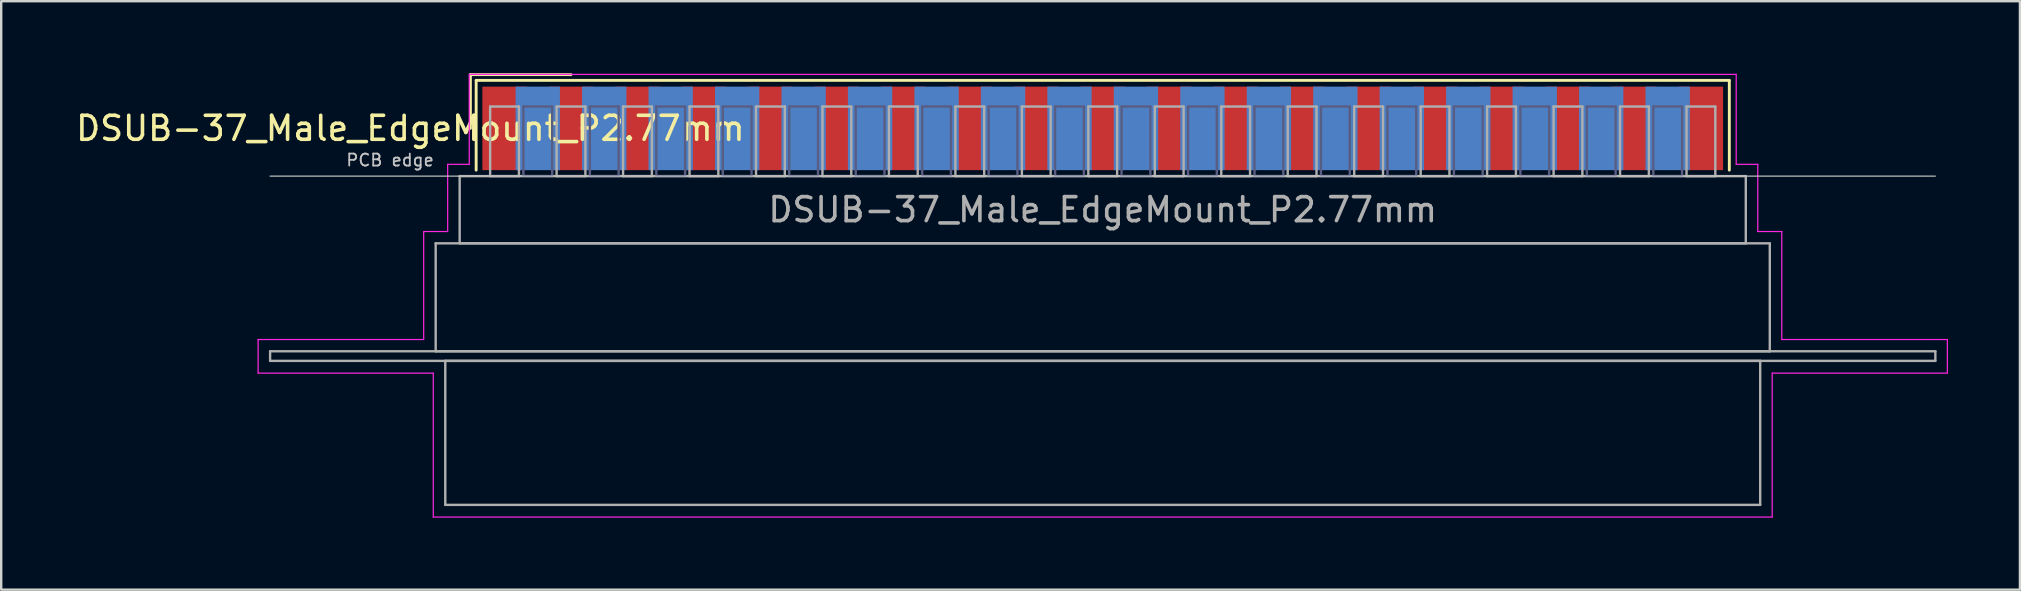
<source format=kicad_pcb>
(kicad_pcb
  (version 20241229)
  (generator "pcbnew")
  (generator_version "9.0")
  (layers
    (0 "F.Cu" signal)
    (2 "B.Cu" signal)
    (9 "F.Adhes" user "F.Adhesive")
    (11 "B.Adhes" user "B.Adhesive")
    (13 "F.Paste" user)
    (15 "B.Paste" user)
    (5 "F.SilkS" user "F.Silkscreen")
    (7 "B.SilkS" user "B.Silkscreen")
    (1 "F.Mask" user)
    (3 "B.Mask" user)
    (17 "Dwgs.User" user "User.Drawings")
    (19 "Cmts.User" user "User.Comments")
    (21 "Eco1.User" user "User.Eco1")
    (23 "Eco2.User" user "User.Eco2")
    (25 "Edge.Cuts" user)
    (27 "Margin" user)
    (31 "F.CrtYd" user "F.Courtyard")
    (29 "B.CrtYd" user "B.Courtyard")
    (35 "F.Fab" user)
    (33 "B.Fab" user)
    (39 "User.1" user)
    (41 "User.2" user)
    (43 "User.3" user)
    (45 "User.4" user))
  (footprint "DSUB-37_Male_EdgeMount_P2.77mm"
    (layer "F.Cu")
    (at 42.907 2.3)
    (property "Reference" "DSUB-37_Male_EdgeMount_P2.77mm" (at -28.853 0 0) (layer "F.SilkS") (effects (font (size 1 1) (thickness 0.15))))
    (attr smd)
    (fp_line (start -26.353 -2.24) (end -22.16 -2.24) (stroke (width 0.12) (type solid)) (layer "F.SilkS"))
    (fp_line (start -26.353 0) (end -26.353 -2.24) (stroke (width 0.12) (type solid)) (layer "F.SilkS"))
    (fp_line (start -26.113 -2) (end -26.113 1.74) (stroke (width 0.12) (type solid)) (layer "F.SilkS"))
    (fp_line (start 26.113 -2) (end -26.113 -2) (stroke (width 0.12) (type solid)) (layer "F.SilkS"))
    (fp_line (start 26.113 1.74) (end 26.113 -2) (stroke (width 0.12) (type solid)) (layer "F.SilkS"))
    (fp_line (start -34.7 1.99) (end 34.7 1.99) (stroke (width 0.05) (type solid)) (layer "Dwgs.User"))
    (fp_line (start -35.2 8.8) (end -28.3 8.8) (stroke (width 0.05) (type solid)) (layer "F.CrtYd"))
    (fp_line (start -35.2 10.2) (end -35.2 8.8) (stroke (width 0.05) (type solid)) (layer "F.CrtYd"))
    (fp_line (start -28.3 4.3) (end -27.3 4.3) (stroke (width 0.05) (type solid)) (layer "F.CrtYd"))
    (fp_line (start -28.3 8.8) (end -28.3 4.3) (stroke (width 0.05) (type solid)) (layer "F.CrtYd"))
    (fp_line (start -27.9 10.2) (end -35.2 10.2) (stroke (width 0.05) (type solid)) (layer "F.CrtYd"))
    (fp_line (start -27.9 16.2) (end -27.9 10.2) (stroke (width 0.05) (type solid)) (layer "F.CrtYd"))
    (fp_line (start -27.3 1.5) (end -26.4 1.5) (stroke (width 0.05) (type solid)) (layer "F.CrtYd"))
    (fp_line (start -27.3 4.3) (end -27.3 1.5) (stroke (width 0.05) (type solid)) (layer "F.CrtYd"))
    (fp_line (start -26.4 -2.25) (end 26.4 -2.25) (stroke (width 0.05) (type solid)) (layer "F.CrtYd"))
    (fp_line (start -26.4 1.5) (end -26.4 -2.25) (stroke (width 0.05) (type solid)) (layer "F.CrtYd"))
    (fp_line (start 26.4 -2.25) (end 26.4 1.5) (stroke (width 0.05) (type solid)) (layer "F.CrtYd"))
    (fp_line (start 26.4 1.5) (end 27.3 1.5) (stroke (width 0.05) (type solid)) (layer "F.CrtYd"))
    (fp_line (start 27.3 1.5) (end 27.3 4.3) (stroke (width 0.05) (type solid)) (layer "F.CrtYd"))
    (fp_line (start 27.3 4.3) (end 28.3 4.3) (stroke (width 0.05) (type solid)) (layer "F.CrtYd"))
    (fp_line (start 27.9 10.2) (end 27.9 16.2) (stroke (width 0.05) (type solid)) (layer "F.CrtYd"))
    (fp_line (start 27.9 16.2) (end -27.9 16.2) (stroke (width 0.05) (type solid)) (layer "F.CrtYd"))
    (fp_line (start 28.3 4.3) (end 28.3 8.8) (stroke (width 0.05) (type solid)) (layer "F.CrtYd"))
    (fp_line (start 28.3 8.8) (end 35.2 8.8) (stroke (width 0.05) (type solid)) (layer "F.CrtYd"))
    (fp_line (start 35.2 8.8) (end 35.2 10.2) (stroke (width 0.05) (type solid)) (layer "F.CrtYd"))
    (fp_line (start 35.2 10.2) (end 27.9 10.2) (stroke (width 0.05) (type solid)) (layer "F.CrtYd"))
    (fp_line (start -24.145 -0.91) (end -24.145 1.99) (stroke (width 0.1) (type solid)) (layer "B.Fab"))
    (fp_line (start -24.145 1.99) (end -22.945 1.99) (stroke (width 0.1) (type solid)) (layer "B.Fab"))
    (fp_line (start -22.945 -0.91) (end -24.145 -0.91) (stroke (width 0.1) (type solid)) (layer "B.Fab"))
    (fp_line (start -22.945 1.99) (end -22.945 -0.91) (stroke (width 0.1) (type solid)) (layer "B.Fab"))
    (fp_line (start -21.375 -0.91) (end -21.375 1.99) (stroke (width 0.1) (type solid)) (layer "B.Fab"))
    (fp_line (start -21.375 1.99) (end -20.175 1.99) (stroke (width 0.1) (type solid)) (layer "B.Fab"))
    (fp_line (start -20.175 -0.91) (end -21.375 -0.91) (stroke (width 0.1) (type solid)) (layer "B.Fab"))
    (fp_line (start -20.175 1.99) (end -20.175 -0.91) (stroke (width 0.1) (type solid)) (layer "B.Fab"))
    (fp_line (start -18.605 -0.91) (end -18.605 1.99) (stroke (width 0.1) (type solid)) (layer "B.Fab"))
    (fp_line (start -18.605 1.99) (end -17.405 1.99) (stroke (width 0.1) (type solid)) (layer "B.Fab"))
    (fp_line (start -17.405 -0.91) (end -18.605 -0.91) (stroke (width 0.1) (type solid)) (layer "B.Fab"))
    (fp_line (start -17.405 1.99) (end -17.405 -0.91) (stroke (width 0.1) (type solid)) (layer "B.Fab"))
    (fp_line (start -15.835 -0.91) (end -15.835 1.99) (stroke (width 0.1) (type solid)) (layer "B.Fab"))
    (fp_line (start -15.835 1.99) (end -14.635 1.99) (stroke (width 0.1) (type solid)) (layer "B.Fab"))
    (fp_line (start -14.635 -0.91) (end -15.835 -0.91) (stroke (width 0.1) (type solid)) (layer "B.Fab"))
    (fp_line (start -14.635 1.99) (end -14.635 -0.91) (stroke (width 0.1) (type solid)) (layer "B.Fab"))
    (fp_line (start -13.065 -0.91) (end -13.065 1.99) (stroke (width 0.1) (type solid)) (layer "B.Fab"))
    (fp_line (start -13.065 1.99) (end -11.865 1.99) (stroke (width 0.1) (type solid)) (layer "B.Fab"))
    (fp_line (start -11.865 -0.91) (end -13.065 -0.91) (stroke (width 0.1) (type solid)) (layer "B.Fab"))
    (fp_line (start -11.865 1.99) (end -11.865 -0.91) (stroke (width 0.1) (type solid)) (layer "B.Fab"))
    (fp_line (start -10.295 -0.91) (end -10.295 1.99) (stroke (width 0.1) (type solid)) (layer "B.Fab"))
    (fp_line (start -10.295 1.99) (end -9.095 1.99) (stroke (width 0.1) (type solid)) (layer "B.Fab"))
    (fp_line (start -9.095 -0.91) (end -10.295 -0.91) (stroke (width 0.1) (type solid)) (layer "B.Fab"))
    (fp_line (start -9.095 1.99) (end -9.095 -0.91) (stroke (width 0.1) (type solid)) (layer "B.Fab"))
    (fp_line (start -7.525 -0.91) (end -7.525 1.99) (stroke (width 0.1) (type solid)) (layer "B.Fab"))
    (fp_line (start -7.525 1.99) (end -6.325 1.99) (stroke (width 0.1) (type solid)) (layer "B.Fab"))
    (fp_line (start -6.325 -0.91) (end -7.525 -0.91) (stroke (width 0.1) (type solid)) (layer "B.Fab"))
    (fp_line (start -6.325 1.99) (end -6.325 -0.91) (stroke (width 0.1) (type solid)) (layer "B.Fab"))
    (fp_line (start -4.755 -0.91) (end -4.755 1.99) (stroke (width 0.1) (type solid)) (layer "B.Fab"))
    (fp_line (start -4.755 1.99) (end -3.555 1.99) (stroke (width 0.1) (type solid)) (layer "B.Fab"))
    (fp_line (start -3.555 -0.91) (end -4.755 -0.91) (stroke (width 0.1) (type solid)) (layer "B.Fab"))
    (fp_line (start -3.555 1.99) (end -3.555 -0.91) (stroke (width 0.1) (type solid)) (layer "B.Fab"))
    (fp_line (start -1.985 -0.91) (end -1.985 1.99) (stroke (width 0.1) (type solid)) (layer "B.Fab"))
    (fp_line (start -1.985 1.99) (end -0.785 1.99) (stroke (width 0.1) (type solid)) (layer "B.Fab"))
    (fp_line (start -0.785 -0.91) (end -1.985 -0.91) (stroke (width 0.1) (type solid)) (layer "B.Fab"))
    (fp_line (start -0.785 1.99) (end -0.785 -0.91) (stroke (width 0.1) (type solid)) (layer "B.Fab"))
    (fp_line (start 0.785 -0.91) (end 0.785 1.99) (stroke (width 0.1) (type solid)) (layer "B.Fab"))
    (fp_line (start 0.785 1.99) (end 1.985 1.99) (stroke (width 0.1) (type solid)) (layer "B.Fab"))
    (fp_line (start 1.985 -0.91) (end 0.785 -0.91) (stroke (width 0.1) (type solid)) (layer "B.Fab"))
    (fp_line (start 1.985 1.99) (end 1.985 -0.91) (stroke (width 0.1) (type solid)) (layer "B.Fab"))
    (fp_line (start 3.555 -0.91) (end 3.555 1.99) (stroke (width 0.1) (type solid)) (layer "B.Fab"))
    (fp_line (start 3.555 1.99) (end 4.755 1.99) (stroke (width 0.1) (type solid)) (layer "B.Fab"))
    (fp_line (start 4.755 -0.91) (end 3.555 -0.91) (stroke (width 0.1) (type solid)) (layer "B.Fab"))
    (fp_line (start 4.755 1.99) (end 4.755 -0.91) (stroke (width 0.1) (type solid)) (layer "B.Fab"))
    (fp_line (start 6.325 -0.91) (end 6.325 1.99) (stroke (width 0.1) (type solid)) (layer "B.Fab"))
    (fp_line (start 6.325 1.99) (end 7.525 1.99) (stroke (width 0.1) (type solid)) (layer "B.Fab"))
    (fp_line (start 7.525 -0.91) (end 6.325 -0.91) (stroke (width 0.1) (type solid)) (layer "B.Fab"))
    (fp_line (start 7.525 1.99) (end 7.525 -0.91) (stroke (width 0.1) (type solid)) (layer "B.Fab"))
    (fp_line (start 9.095 -0.91) (end 9.095 1.99) (stroke (width 0.1) (type solid)) (layer "B.Fab"))
    (fp_line (start 9.095 1.99) (end 10.295 1.99) (stroke (width 0.1) (type solid)) (layer "B.Fab"))
    (fp_line (start 10.295 -0.91) (end 9.095 -0.91) (stroke (width 0.1) (type solid)) (layer "B.Fab"))
    (fp_line (start 10.295 1.99) (end 10.295 -0.91) (stroke (width 0.1) (type solid)) (layer "B.Fab"))
    (fp_line (start 11.865 -0.91) (end 11.865 1.99) (stroke (width 0.1) (type solid)) (layer "B.Fab"))
    (fp_line (start 11.865 1.99) (end 13.065 1.99) (stroke (width 0.1) (type solid)) (layer "B.Fab"))
    (fp_line (start 13.065 -0.91) (end 11.865 -0.91) (stroke (width 0.1) (type solid)) (layer "B.Fab"))
    (fp_line (start 13.065 1.99) (end 13.065 -0.91) (stroke (width 0.1) (type solid)) (layer "B.Fab"))
    (fp_line (start 14.635 -0.91) (end 14.635 1.99) (stroke (width 0.1) (type solid)) (layer "B.Fab"))
    (fp_line (start 14.635 1.99) (end 15.835 1.99) (stroke (width 0.1) (type solid)) (layer "B.Fab"))
    (fp_line (start 15.835 -0.91) (end 14.635 -0.91) (stroke (width 0.1) (type solid)) (layer "B.Fab"))
    (fp_line (start 15.835 1.99) (end 15.835 -0.91) (stroke (width 0.1) (type solid)) (layer "B.Fab"))
    (fp_line (start 17.405 -0.91) (end 17.405 1.99) (stroke (width 0.1) (type solid)) (layer "B.Fab"))
    (fp_line (start 17.405 1.99) (end 18.605 1.99) (stroke (width 0.1) (type solid)) (layer "B.Fab"))
    (fp_line (start 18.605 -0.91) (end 17.405 -0.91) (stroke (width 0.1) (type solid)) (layer "B.Fab"))
    (fp_line (start 18.605 1.99) (end 18.605 -0.91) (stroke (width 0.1) (type solid)) (layer "B.Fab"))
    (fp_line (start 20.175 -0.91) (end 20.175 1.99) (stroke (width 0.1) (type solid)) (layer "B.Fab"))
    (fp_line (start 20.175 1.99) (end 21.375 1.99) (stroke (width 0.1) (type solid)) (layer "B.Fab"))
    (fp_line (start 21.375 -0.91) (end 20.175 -0.91) (stroke (width 0.1) (type solid)) (layer "B.Fab"))
    (fp_line (start 21.375 1.99) (end 21.375 -0.91) (stroke (width 0.1) (type solid)) (layer "B.Fab"))
    (fp_line (start 22.945 -0.91) (end 22.945 1.99) (stroke (width 0.1) (type solid)) (layer "B.Fab"))
    (fp_line (start 22.945 1.99) (end 24.145 1.99) (stroke (width 0.1) (type solid)) (layer "B.Fab"))
    (fp_line (start 24.145 -0.91) (end 22.945 -0.91) (stroke (width 0.1) (type solid)) (layer "B.Fab"))
    (fp_line (start 24.145 1.99) (end 24.145 -0.91) (stroke (width 0.1) (type solid)) (layer "B.Fab"))
    (fp_line (start -34.7 9.29) (end -34.7 9.69) (stroke (width 0.1) (type solid)) (layer "F.Fab"))
    (fp_line (start -34.7 9.69) (end 34.7 9.69) (stroke (width 0.1) (type solid)) (layer "F.Fab"))
    (fp_line (start -27.8 4.79) (end -27.8 9.29) (stroke (width 0.1) (type solid)) (layer "F.Fab"))
    (fp_line (start -27.8 9.29) (end 27.8 9.29) (stroke (width 0.1) (type solid)) (layer "F.Fab"))
    (fp_line (start -27.4 9.69) (end -27.4 15.69) (stroke (width 0.1) (type solid)) (layer "F.Fab"))
    (fp_line (start -27.4 15.69) (end 27.4 15.69) (stroke (width 0.1) (type solid)) (layer "F.Fab"))
    (fp_line (start -26.8 1.99) (end -26.8 4.79) (stroke (width 0.1) (type solid)) (layer "F.Fab"))
    (fp_line (start -26.8 4.79) (end 26.8 4.79) (stroke (width 0.1) (type solid)) (layer "F.Fab"))
    (fp_line (start -25.53 -0.91) (end -25.53 1.99) (stroke (width 0.1) (type solid)) (layer "F.Fab"))
    (fp_line (start -25.53 1.99) (end -24.33 1.99) (stroke (width 0.1) (type solid)) (layer "F.Fab"))
    (fp_line (start -24.33 -0.91) (end -25.53 -0.91) (stroke (width 0.1) (type solid)) (layer "F.Fab"))
    (fp_line (start -24.33 1.99) (end -24.33 -0.91) (stroke (width 0.1) (type solid)) (layer "F.Fab"))
    (fp_line (start -22.76 -0.91) (end -22.76 1.99) (stroke (width 0.1) (type solid)) (layer "F.Fab"))
    (fp_line (start -22.76 1.99) (end -21.56 1.99) (stroke (width 0.1) (type solid)) (layer "F.Fab"))
    (fp_line (start -21.56 -0.91) (end -22.76 -0.91) (stroke (width 0.1) (type solid)) (layer "F.Fab"))
    (fp_line (start -21.56 1.99) (end -21.56 -0.91) (stroke (width 0.1) (type solid)) (layer "F.Fab"))
    (fp_line (start -19.99 -0.91) (end -19.99 1.99) (stroke (width 0.1) (type solid)) (layer "F.Fab"))
    (fp_line (start -19.99 1.99) (end -18.79 1.99) (stroke (width 0.1) (type solid)) (layer "F.Fab"))
    (fp_line (start -18.79 -0.91) (end -19.99 -0.91) (stroke (width 0.1) (type solid)) (layer "F.Fab"))
    (fp_line (start -18.79 1.99) (end -18.79 -0.91) (stroke (width 0.1) (type solid)) (layer "F.Fab"))
    (fp_line (start -17.22 -0.91) (end -17.22 1.99) (stroke (width 0.1) (type solid)) (layer "F.Fab"))
    (fp_line (start -17.22 1.99) (end -16.02 1.99) (stroke (width 0.1) (type solid)) (layer "F.Fab"))
    (fp_line (start -16.02 -0.91) (end -17.22 -0.91) (stroke (width 0.1) (type solid)) (layer "F.Fab"))
    (fp_line (start -16.02 1.99) (end -16.02 -0.91) (stroke (width 0.1) (type solid)) (layer "F.Fab"))
    (fp_line (start -14.45 -0.91) (end -14.45 1.99) (stroke (width 0.1) (type solid)) (layer "F.Fab"))
    (fp_line (start -14.45 1.99) (end -13.25 1.99) (stroke (width 0.1) (type solid)) (layer "F.Fab"))
    (fp_line (start -13.25 -0.91) (end -14.45 -0.91) (stroke (width 0.1) (type solid)) (layer "F.Fab"))
    (fp_line (start -13.25 1.99) (end -13.25 -0.91) (stroke (width 0.1) (type solid)) (layer "F.Fab"))
    (fp_line (start -11.68 -0.91) (end -11.68 1.99) (stroke (width 0.1) (type solid)) (layer "F.Fab"))
    (fp_line (start -11.68 1.99) (end -10.48 1.99) (stroke (width 0.1) (type solid)) (layer "F.Fab"))
    (fp_line (start -10.48 -0.91) (end -11.68 -0.91) (stroke (width 0.1) (type solid)) (layer "F.Fab"))
    (fp_line (start -10.48 1.99) (end -10.48 -0.91) (stroke (width 0.1) (type solid)) (layer "F.Fab"))
    (fp_line (start -8.91 -0.91) (end -8.91 1.99) (stroke (width 0.1) (type solid)) (layer "F.Fab"))
    (fp_line (start -8.91 1.99) (end -7.71 1.99) (stroke (width 0.1) (type solid)) (layer "F.Fab"))
    (fp_line (start -7.71 -0.91) (end -8.91 -0.91) (stroke (width 0.1) (type solid)) (layer "F.Fab"))
    (fp_line (start -7.71 1.99) (end -7.71 -0.91) (stroke (width 0.1) (type solid)) (layer "F.Fab"))
    (fp_line (start -6.14 -0.91) (end -6.14 1.99) (stroke (width 0.1) (type solid)) (layer "F.Fab"))
    (fp_line (start -6.14 1.99) (end -4.94 1.99) (stroke (width 0.1) (type solid)) (layer "F.Fab"))
    (fp_line (start -4.94 -0.91) (end -6.14 -0.91) (stroke (width 0.1) (type solid)) (layer "F.Fab"))
    (fp_line (start -4.94 1.99) (end -4.94 -0.91) (stroke (width 0.1) (type solid)) (layer "F.Fab"))
    (fp_line (start -3.37 -0.91) (end -3.37 1.99) (stroke (width 0.1) (type solid)) (layer "F.Fab"))
    (fp_line (start -3.37 1.99) (end -2.17 1.99) (stroke (width 0.1) (type solid)) (layer "F.Fab"))
    (fp_line (start -2.17 -0.91) (end -3.37 -0.91) (stroke (width 0.1) (type solid)) (layer "F.Fab"))
    (fp_line (start -2.17 1.99) (end -2.17 -0.91) (stroke (width 0.1) (type solid)) (layer "F.Fab"))
    (fp_line (start -0.6 -0.91) (end -0.6 1.99) (stroke (width 0.1) (type solid)) (layer "F.Fab"))
    (fp_line (start -0.6 1.99) (end 0.6 1.99) (stroke (width 0.1) (type solid)) (layer "F.Fab"))
    (fp_line (start 0.6 -0.91) (end -0.6 -0.91) (stroke (width 0.1) (type solid)) (layer "F.Fab"))
    (fp_line (start 0.6 1.99) (end 0.6 -0.91) (stroke (width 0.1) (type solid)) (layer "F.Fab"))
    (fp_line (start 2.17 -0.91) (end 2.17 1.99) (stroke (width 0.1) (type solid)) (layer "F.Fab"))
    (fp_line (start 2.17 1.99) (end 3.37 1.99) (stroke (width 0.1) (type solid)) (layer "F.Fab"))
    (fp_line (start 3.37 -0.91) (end 2.17 -0.91) (stroke (width 0.1) (type solid)) (layer "F.Fab"))
    (fp_line (start 3.37 1.99) (end 3.37 -0.91) (stroke (width 0.1) (type solid)) (layer "F.Fab"))
    (fp_line (start 4.94 -0.91) (end 4.94 1.99) (stroke (width 0.1) (type solid)) (layer "F.Fab"))
    (fp_line (start 4.94 1.99) (end 6.14 1.99) (stroke (width 0.1) (type solid)) (layer "F.Fab"))
    (fp_line (start 6.14 -0.91) (end 4.94 -0.91) (stroke (width 0.1) (type solid)) (layer "F.Fab"))
    (fp_line (start 6.14 1.99) (end 6.14 -0.91) (stroke (width 0.1) (type solid)) (layer "F.Fab"))
    (fp_line (start 7.71 -0.91) (end 7.71 1.99) (stroke (width 0.1) (type solid)) (layer "F.Fab"))
    (fp_line (start 7.71 1.99) (end 8.91 1.99) (stroke (width 0.1) (type solid)) (layer "F.Fab"))
    (fp_line (start 8.91 -0.91) (end 7.71 -0.91) (stroke (width 0.1) (type solid)) (layer "F.Fab"))
    (fp_line (start 8.91 1.99) (end 8.91 -0.91) (stroke (width 0.1) (type solid)) (layer "F.Fab"))
    (fp_line (start 10.48 -0.91) (end 10.48 1.99) (stroke (width 0.1) (type solid)) (layer "F.Fab"))
    (fp_line (start 10.48 1.99) (end 11.68 1.99) (stroke (width 0.1) (type solid)) (layer "F.Fab"))
    (fp_line (start 11.68 -0.91) (end 10.48 -0.91) (stroke (width 0.1) (type solid)) (layer "F.Fab"))
    (fp_line (start 11.68 1.99) (end 11.68 -0.91) (stroke (width 0.1) (type solid)) (layer "F.Fab"))
    (fp_line (start 13.25 -0.91) (end 13.25 1.99) (stroke (width 0.1) (type solid)) (layer "F.Fab"))
    (fp_line (start 13.25 1.99) (end 14.45 1.99) (stroke (width 0.1) (type solid)) (layer "F.Fab"))
    (fp_line (start 14.45 -0.91) (end 13.25 -0.91) (stroke (width 0.1) (type solid)) (layer "F.Fab"))
    (fp_line (start 14.45 1.99) (end 14.45 -0.91) (stroke (width 0.1) (type solid)) (layer "F.Fab"))
    (fp_line (start 16.02 -0.91) (end 16.02 1.99) (stroke (width 0.1) (type solid)) (layer "F.Fab"))
    (fp_line (start 16.02 1.99) (end 17.22 1.99) (stroke (width 0.1) (type solid)) (layer "F.Fab"))
    (fp_line (start 17.22 -0.91) (end 16.02 -0.91) (stroke (width 0.1) (type solid)) (layer "F.Fab"))
    (fp_line (start 17.22 1.99) (end 17.22 -0.91) (stroke (width 0.1) (type solid)) (layer "F.Fab"))
    (fp_line (start 18.79 -0.91) (end 18.79 1.99) (stroke (width 0.1) (type solid)) (layer "F.Fab"))
    (fp_line (start 18.79 1.99) (end 19.99 1.99) (stroke (width 0.1) (type solid)) (layer "F.Fab"))
    (fp_line (start 19.99 -0.91) (end 18.79 -0.91) (stroke (width 0.1) (type solid)) (layer "F.Fab"))
    (fp_line (start 19.99 1.99) (end 19.99 -0.91) (stroke (width 0.1) (type solid)) (layer "F.Fab"))
    (fp_line (start 21.56 -0.91) (end 21.56 1.99) (stroke (width 0.1) (type solid)) (layer "F.Fab"))
    (fp_line (start 21.56 1.99) (end 22.76 1.99) (stroke (width 0.1) (type solid)) (layer "F.Fab"))
    (fp_line (start 22.76 -0.91) (end 21.56 -0.91) (stroke (width 0.1) (type solid)) (layer "F.Fab"))
    (fp_line (start 22.76 1.99) (end 22.76 -0.91) (stroke (width 0.1) (type solid)) (layer "F.Fab"))
    (fp_line (start 24.33 -0.91) (end 24.33 1.99) (stroke (width 0.1) (type solid)) (layer "F.Fab"))
    (fp_line (start 24.33 1.99) (end 25.53 1.99) (stroke (width 0.1) (type solid)) (layer "F.Fab"))
    (fp_line (start 25.53 -0.91) (end 24.33 -0.91) (stroke (width 0.1) (type solid)) (layer "F.Fab"))
    (fp_line (start 25.53 1.99) (end 25.53 -0.91) (stroke (width 0.1) (type solid)) (layer "F.Fab"))
    (fp_line (start 26.8 1.99) (end -26.8 1.99) (stroke (width 0.1) (type solid)) (layer "F.Fab"))
    (fp_line (start 26.8 4.79) (end 26.8 1.99) (stroke (width 0.1) (type solid)) (layer "F.Fab"))
    (fp_line (start 27.4 9.69) (end -27.4 9.69) (stroke (width 0.1) (type solid)) (layer "F.Fab"))
    (fp_line (start 27.4 15.69) (end 27.4 9.69) (stroke (width 0.1) (type solid)) (layer "F.Fab"))
    (fp_line (start 27.8 4.79) (end -27.8 4.79) (stroke (width 0.1) (type solid)) (layer "F.Fab"))
    (fp_line (start 27.8 9.29) (end 27.8 4.79) (stroke (width 0.1) (type solid)) (layer "F.Fab"))
    (fp_line (start 34.7 9.29) (end -34.7 9.29) (stroke (width 0.1) (type solid)) (layer "F.Fab"))
    (fp_line (start 34.7 9.69) (end 34.7 9.29) (stroke (width 0.1) (type solid)) (layer "F.Fab"))
    (fp_text user "PCB edge" (at -29.7 1.323 0) (layer "Dwgs.User") (effects (font (size 0.5 0.5) (thickness 0.075))))
    (fp_text user "${REFERENCE}" (at 0 3.39 0) (layer "F.Fab") (effects (font (size 1 1) (thickness 0.15))))
    (pad "1" smd rect (at -24.93 0) (size 1.847 3.48) (layers "F.Cu" "F.Mask" "F.Paste"))
    (pad "2" smd rect (at -22.16 0) (size 1.847 3.48) (layers "F.Cu" "F.Mask" "F.Paste"))
    (pad "3" smd rect (at -19.39 0) (size 1.847 3.48) (layers "F.Cu" "F.Mask" "F.Paste"))
    (pad "4" smd rect (at -16.62 0) (size 1.847 3.48) (layers "F.Cu" "F.Mask" "F.Paste"))
    (pad "5" smd rect (at -13.85 0) (size 1.847 3.48) (layers "F.Cu" "F.Mask" "F.Paste"))
    (pad "6" smd rect (at -11.08 0) (size 1.847 3.48) (layers "F.Cu" "F.Mask" "F.Paste"))
    (pad "7" smd rect (at -8.31 0) (size 1.847 3.48) (layers "F.Cu" "F.Mask" "F.Paste"))
    (pad "8" smd rect (at -5.54 0) (size 1.847 3.48) (layers "F.Cu" "F.Mask" "F.Paste"))
    (pad "9" smd rect (at -2.77 0) (size 1.847 3.48) (layers "F.Cu" "F.Mask" "F.Paste"))
    (pad "10" smd rect (at 0 0) (size 1.847 3.48) (layers "F.Cu" "F.Mask" "F.Paste"))
    (pad "11" smd rect (at 2.77 0) (size 1.847 3.48) (layers "F.Cu" "F.Mask" "F.Paste"))
    (pad "12" smd rect (at 5.54 0) (size 1.847 3.48) (layers "F.Cu" "F.Mask" "F.Paste"))
    (pad "13" smd rect (at 8.31 0) (size 1.847 3.48) (layers "F.Cu" "F.Mask" "F.Paste"))
    (pad "14" smd rect (at 11.08 0) (size 1.847 3.48) (layers "F.Cu" "F.Mask" "F.Paste"))
    (pad "15" smd rect (at 13.85 0) (size 1.847 3.48) (layers "F.Cu" "F.Mask" "F.Paste"))
    (pad "16" smd rect (at 16.62 0) (size 1.847 3.48) (layers "F.Cu" "F.Mask" "F.Paste"))
    (pad "17" smd rect (at 19.39 0) (size 1.847 3.48) (layers "F.Cu" "F.Mask" "F.Paste"))
    (pad "18" smd rect (at 22.16 0) (size 1.847 3.48) (layers "F.Cu" "F.Mask" "F.Paste"))
    (pad "19" smd rect (at 24.93 0) (size 1.847 3.48) (layers "F.Cu" "F.Mask" "F.Paste"))
    (pad "20" smd rect (at -23.545 0) (size 1.847 3.48) (layers "B.Cu" "B.Mask" "B.Paste"))
    (pad "21" smd rect (at -20.775 0) (size 1.847 3.48) (layers "B.Cu" "B.Mask" "B.Paste"))
    (pad "22" smd rect (at -18.005 0) (size 1.847 3.48) (layers "B.Cu" "B.Mask" "B.Paste"))
    (pad "23" smd rect (at -15.235 0) (size 1.847 3.48) (layers "B.Cu" "B.Mask" "B.Paste"))
    (pad "24" smd rect (at -12.465 0) (size 1.847 3.48) (layers "B.Cu" "B.Mask" "B.Paste"))
    (pad "25" smd rect (at -9.695 0) (size 1.847 3.48) (layers "B.Cu" "B.Mask" "B.Paste"))
    (pad "26" smd rect (at -6.925 0) (size 1.847 3.48) (layers "B.Cu" "B.Mask" "B.Paste"))
    (pad "27" smd rect (at -4.155 0) (size 1.847 3.48) (layers "B.Cu" "B.Mask" "B.Paste"))
    (pad "28" smd rect (at -1.385 0) (size 1.847 3.48) (layers "B.Cu" "B.Mask" "B.Paste"))
    (pad "29" smd rect (at 1.385 0) (size 1.847 3.48) (layers "B.Cu" "B.Mask" "B.Paste"))
    (pad "30" smd rect (at 4.155 0) (size 1.847 3.48) (layers "B.Cu" "B.Mask" "B.Paste"))
    (pad "31" smd rect (at 6.925 0) (size 1.847 3.48) (layers "B.Cu" "B.Mask" "B.Paste"))
    (pad "32" smd rect (at 9.695 0) (size 1.847 3.48) (layers "B.Cu" "B.Mask" "B.Paste"))
    (pad "33" smd rect (at 12.465 0) (size 1.847 3.48) (layers "B.Cu" "B.Mask" "B.Paste"))
    (pad "34" smd rect (at 15.235 0) (size 1.847 3.48) (layers "B.Cu" "B.Mask" "B.Paste"))
    (pad "35" smd rect (at 18.005 0) (size 1.847 3.48) (layers "B.Cu" "B.Mask" "B.Paste"))
    (pad "36" smd rect (at 20.775 0) (size 1.847 3.48) (layers "B.Cu" "B.Mask" "B.Paste"))
    (pad "37" smd rect (at 23.545 0) (size 1.847 3.48) (layers "B.Cu" "B.Mask" "B.Paste")))
  (gr_rect
    (start -3 -3)
    (end 81.132 21.525)
    (stroke (width 0.1) (type default))
    (fill no)
    (layer "Edge.Cuts")))
</source>
